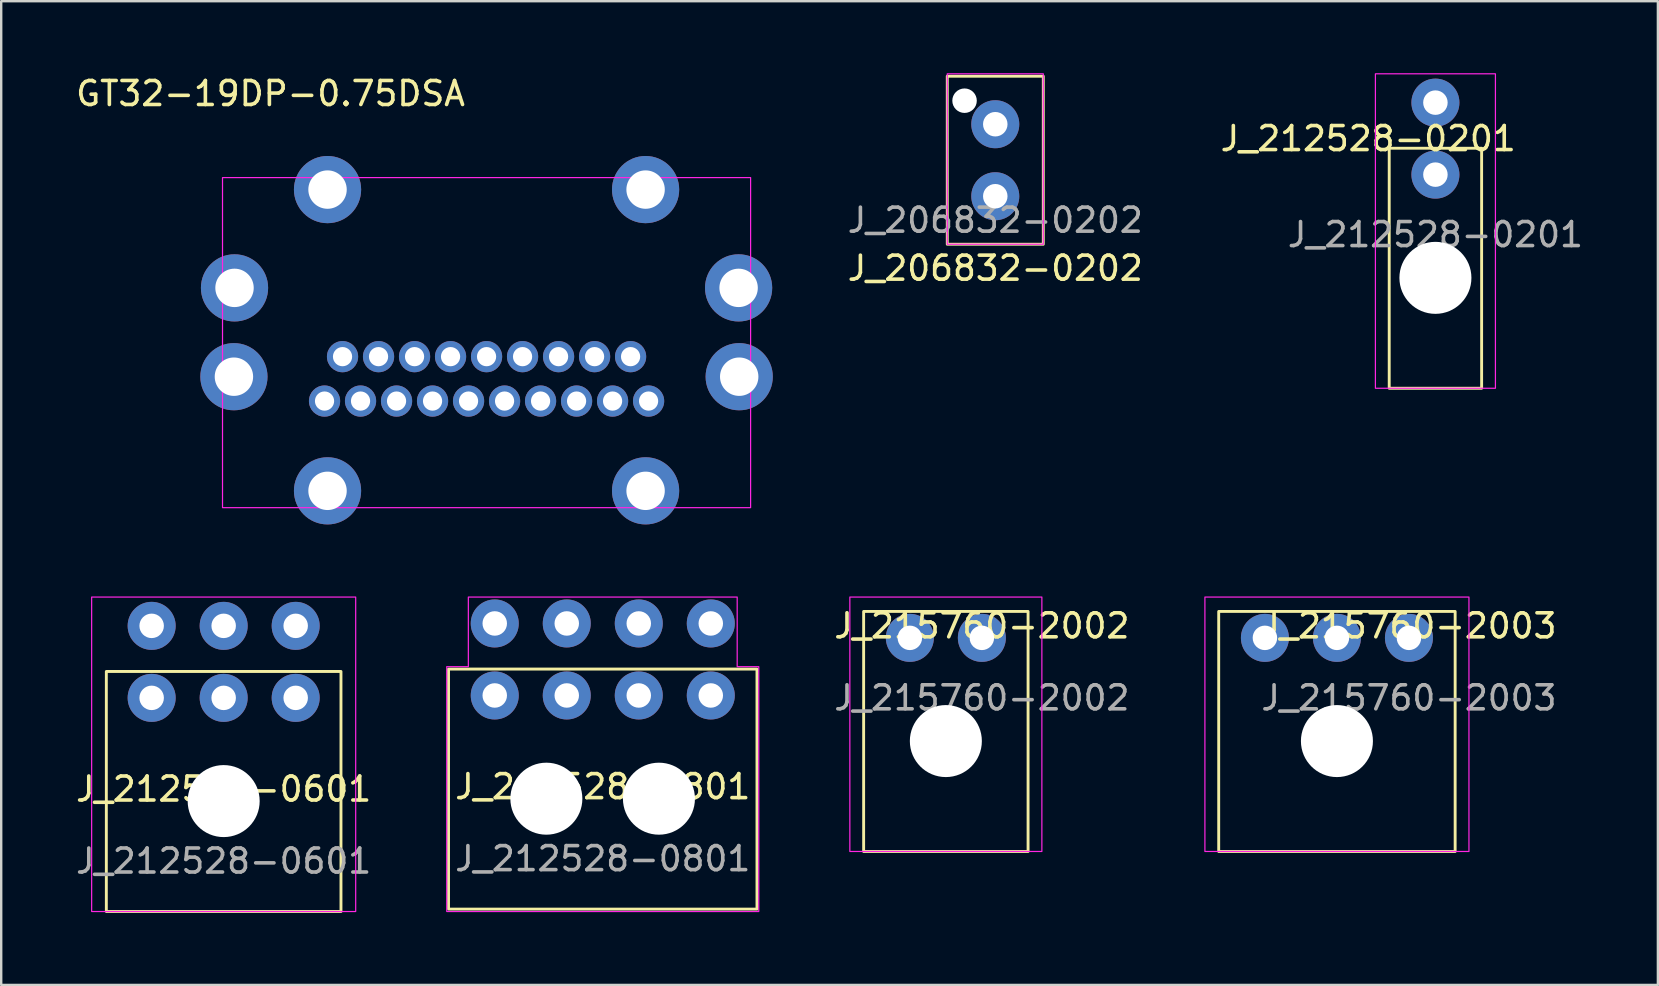
<source format=kicad_pcb>
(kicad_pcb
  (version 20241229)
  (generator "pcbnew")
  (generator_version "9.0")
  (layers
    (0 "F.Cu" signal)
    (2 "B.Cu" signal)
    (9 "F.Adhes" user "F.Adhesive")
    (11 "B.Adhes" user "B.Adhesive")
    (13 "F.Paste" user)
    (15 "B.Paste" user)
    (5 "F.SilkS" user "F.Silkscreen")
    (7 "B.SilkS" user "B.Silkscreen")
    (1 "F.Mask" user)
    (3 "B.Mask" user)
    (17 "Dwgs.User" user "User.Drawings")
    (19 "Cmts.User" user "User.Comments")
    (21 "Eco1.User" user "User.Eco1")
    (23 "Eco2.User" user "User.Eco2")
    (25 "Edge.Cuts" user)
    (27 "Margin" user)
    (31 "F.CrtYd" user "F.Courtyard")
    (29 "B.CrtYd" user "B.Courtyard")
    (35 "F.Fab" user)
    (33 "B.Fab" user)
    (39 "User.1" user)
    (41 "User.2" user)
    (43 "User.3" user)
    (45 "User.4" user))
  (footprint "J_212528-0201"
    (layer "F.Cu")
    (at 56.749 4.225)
    (property "Reference" "J_212528-0201" (at -2.8 -1.5 0) (unlocked yes) (layer "F.SilkS") (effects (font (size 1 1) (thickness 0.15))))
    (attr through_hole)
    (fp_rect (start -1.925 -1.1) (end 1.925 8.9) (stroke (width 0.12) (type default)) (fill no) (layer "F.SilkS"))
    (fp_rect (start -2.5 -4.2) (end 2.5 8.9) (stroke (width 0.05) (type default)) (fill no) (layer "F.CrtYd"))
    (fp_line (start 0 4.3) (end 0 8.9) (stroke (width 0.12) (type default)) (layer "User.9"))
    (fp_text user "${REFERENCE}" (at 0 2.5 0) (unlocked yes) (layer "F.Fab") (effects (font (size 1 1) (thickness 0.15))))
    (pad "" np_thru_hole circle (at 0 4.3) (size 3 3) (drill 3) (layers "*.Cu" "*.Mask"))
    (pad "1" thru_hole circle (at 0 0) (size 2 2) (drill 1.02) (layers "*.Cu" "*.Mask"))
    (pad "2" thru_hole circle (at 0 -3) (size 2 2) (drill 1.02) (layers "*.Cu" "*.Mask")))
  (footprint "J_215760-2003"
    (layer "F.Cu")
    (at 55.646 23.523)
    (property "Reference" "J_215760-2003" (at 0 -0.5 0) (unlocked yes) (layer "F.SilkS") (effects (font (size 1 1) (thickness 0.15))))
    (attr through_hole)
    (fp_rect (start -7.925 -1.1) (end 1.925 8.9) (stroke (width 0.12) (type default)) (fill no) (layer "F.SilkS"))
    (fp_rect (start -8.5 -1.7) (end 2.5 8.9) (stroke (width 0.05) (type default)) (fill no) (layer "F.CrtYd"))
    (fp_line (start -3 4.3) (end -3 8.9) (stroke (width 0.12) (type default)) (layer "User.9"))
    (fp_text user "${REFERENCE}" (at 0 2.5 0) (unlocked yes) (layer "F.Fab") (effects (font (size 1 1) (thickness 0.15))))
    (pad "" np_thru_hole circle (at -3 4.3) (size 3 3) (drill 3) (layers "*.Cu" "*.Mask"))
    (pad "1" thru_hole circle (at 0 0) (size 2 2) (drill 1.02) (layers "*.Cu" "*.Mask"))
    (pad "2" thru_hole circle (at -3 0) (size 2 2) (drill 1.02) (layers "*.Cu" "*.Mask"))
    (pad "3" thru_hole circle (at -6 0) (size 2 2) (drill 1.02) (layers "*.Cu" "*.Mask")))
  (footprint "J_215760-2002"
    (layer "F.Cu")
    (at 37.854 23.523)
    (property "Reference" "J_215760-2002" (at 0 -0.5 0) (unlocked yes) (layer "F.SilkS") (effects (font (size 1 1) (thickness 0.15))))
    (attr through_hole)
    (fp_rect (start -4.925 -1.1) (end 1.925 8.9) (stroke (width 0.12) (type default)) (fill no) (layer "F.SilkS"))
    (fp_rect (start -5.5 -1.7) (end 2.5 8.9) (stroke (width 0.05) (type default)) (fill no) (layer "F.CrtYd"))
    (fp_line (start -1.5 4.3) (end -1.5 8.9) (stroke (width 0.12) (type default)) (layer "User.9"))
    (fp_text user "${REFERENCE}" (at 0 2.5 0) (unlocked yes) (layer "F.Fab") (effects (font (size 1 1) (thickness 0.15))))
    (pad "" np_thru_hole circle (at -1.5 4.3) (size 3 3) (drill 3) (layers "*.Cu" "*.Mask"))
    (pad "1" thru_hole circle (at 0 0) (size 2 2) (drill 1.02) (layers "*.Cu" "*.Mask"))
    (pad "2" thru_hole circle (at -3 0) (size 2 2) (drill 1.02) (layers "*.Cu" "*.Mask")))
  (footprint "J_212528-0801"
    (layer "F.Cu")
    (at 22.061 30.223)
    (property "Reference" "J_212528-0801" (at 0 -0.5 0) (unlocked yes) (layer "F.SilkS") (effects (font (size 1 1) (thickness 0.15))))
    (attr through_hole)
    (fp_rect (start -6.425 -5.4) (end 6.425 4.6) (stroke (width 0.12) (type default)) (fill no) (layer "F.SilkS"))
    (fp_poly (pts (xy -6.5 4.7) (xy 6.5 4.7) (xy 6.5 -5.5) (xy 5.6 -5.5) (xy 5.6 -8.4) (xy -5.6 -8.4) (xy -5.6 -5.5) (xy -6.5 -5.5)) (stroke (width 0.05) (type solid)) (fill no) (layer "F.CrtYd"))
    (fp_line (start 0 0) (end 0 4.6) (stroke (width 0.12) (type default)) (layer "User.9"))
    (fp_text user "${REFERENCE}" (at 0 2.5 0) (unlocked yes) (layer "F.Fab") (effects (font (size 1 1) (thickness 0.15))))
    (pad "" np_thru_hole circle (at -2.35 0) (size 3 3) (drill 3) (layers "*.Cu" "*.Mask"))
    (pad "" np_thru_hole circle (at 2.34 0) (size 3 3) (drill 3) (layers "*.Cu" "*.Mask"))
    (pad "1" thru_hole circle (at -4.5 -7.3) (size 2 2) (drill 1.02) (layers "*.Cu" "*.Mask"))
    (pad "2" thru_hole circle (at -4.5 -4.3) (size 2 2) (drill 1.02) (layers "*.Cu" "*.Mask"))
    (pad "3" thru_hole circle (at -1.5 -7.3) (size 2 2) (drill 1.02) (layers "*.Cu" "*.Mask"))
    (pad "4" thru_hole circle (at -1.5 -4.3) (size 2 2) (drill 1.02) (layers "*.Cu" "*.Mask"))
    (pad "5" thru_hole circle (at 1.5 -7.3) (size 2 2) (drill 1.02) (layers "*.Cu" "*.Mask"))
    (pad "6" thru_hole circle (at 1.5 -4.3) (size 2 2) (drill 1.02) (layers "*.Cu" "*.Mask"))
    (pad "7" thru_hole circle (at 4.5 -7.3) (size 2 2) (drill 1.02) (layers "*.Cu" "*.Mask"))
    (pad "8" thru_hole circle (at 4.5 -4.3) (size 2 2) (drill 1.02) (layers "*.Cu" "*.Mask")))
  (footprint "J_212528-0601"
    (layer "F.Cu")
    (at 9.268 26.023)
    (property "Reference" "J_212528-0601" (at -3 3.8 0) (unlocked yes) (layer "F.SilkS") (effects (font (size 1 1) (thickness 0.15))))
    (attr through_hole)
    (fp_rect (start -7.888 -1.1) (end 1.887 8.9) (stroke (width 0.12) (type default)) (fill no) (layer "F.SilkS"))
    (fp_rect (start -8.5 -4.2) (end 2.5 8.9) (stroke (width 0.05) (type default)) (fill no) (layer "F.CrtYd"))
    (fp_line (start -3 4.3) (end -3 8.9) (stroke (width 0.12) (type default)) (layer "User.9"))
    (fp_text user "${REFERENCE}" (at -3 6.8 0) (unlocked yes) (layer "F.Fab") (effects (font (size 1 1) (thickness 0.15))))
    (pad "" np_thru_hole circle (at -3 4.3) (size 3 3) (drill 3) (layers "*.Cu" "*.Mask"))
    (pad "1" thru_hole circle (at 0 0) (size 2 2) (drill 1.02) (layers "*.Cu" "*.Mask"))
    (pad "2" thru_hole circle (at -3 0) (size 2 2) (drill 1.02) (layers "*.Cu" "*.Mask"))
    (pad "3" thru_hole circle (at -6 0) (size 2 2) (drill 1.02) (layers "*.Cu" "*.Mask"))
    (pad "4" thru_hole circle (at 0 -3) (size 2 2) (drill 1.02) (layers "*.Cu" "*.Mask"))
    (pad "5" thru_hole circle (at -3 -3) (size 2 2) (drill 1.02) (layers "*.Cu" "*.Mask"))
    (pad "6" thru_hole circle (at -6 -3) (size 2 2) (drill 1.02) (layers "*.Cu" "*.Mask")))
  (footprint "GT32-19DP-0.75DSA"
    (layer "F.Cu")
    (at 6.095 18.098)
    (property "Reference" "GT32-19DP-0.75DSA" (at 2.125 -17.25 180) (layer "F.SilkS") (effects (font (size 1 1) (thickness 0.15))))
    (attr through_hole)
    (fp_rect (start 0.125 0) (end 22.125 -13.75) (stroke (width 0.05) (type solid)) (fill no) (layer "F.CrtYd"))
    (pad "1" thru_hole circle (at 17.125 -6.29) (size 1.3 1.3) (drill 0.8) (layers "*.Cu" "*.Mask"))
    (pad "2" thru_hole circle (at 15.625 -6.29) (size 1.3 1.3) (drill 0.8) (layers "*.Cu" "*.Mask"))
    (pad "3" thru_hole circle (at 14.125 -6.29) (size 1.3 1.3) (drill 0.8) (layers "*.Cu" "*.Mask"))
    (pad "4" thru_hole circle (at 12.625 -6.29) (size 1.3 1.3) (drill 0.8) (layers "*.Cu" "*.Mask"))
    (pad "5" thru_hole circle (at 11.125 -6.29) (size 1.3 1.3) (drill 0.8) (layers "*.Cu" "*.Mask"))
    (pad "6" thru_hole circle (at 9.625 -6.29) (size 1.3 1.3) (drill 0.8) (layers "*.Cu" "*.Mask"))
    (pad "7" thru_hole circle (at 8.125 -6.29) (size 1.3 1.3) (drill 0.8) (layers "*.Cu" "*.Mask"))
    (pad "8" thru_hole circle (at 6.625 -6.29) (size 1.3 1.3) (drill 0.8) (layers "*.Cu" "*.Mask"))
    (pad "9" thru_hole circle (at 5.125 -6.29) (size 1.3 1.3) (drill 0.8) (layers "*.Cu" "*.Mask"))
    (pad "10" thru_hole circle (at 17.875 -4.44) (size 1.3 1.3) (drill 0.8) (layers "*.Cu" "*.Mask"))
    (pad "11" thru_hole circle (at 16.375 -4.44) (size 1.3 1.3) (drill 0.8) (layers "*.Cu" "*.Mask"))
    (pad "12" thru_hole circle (at 14.875 -4.44) (size 1.3 1.3) (drill 0.8) (layers "*.Cu" "*.Mask"))
    (pad "13" thru_hole circle (at 13.375 -4.44) (size 1.3 1.3) (drill 0.8) (layers "*.Cu" "*.Mask"))
    (pad "14" thru_hole circle (at 11.875 -4.44) (size 1.3 1.3) (drill 0.8) (layers "*.Cu" "*.Mask"))
    (pad "15" thru_hole circle (at 10.375 -4.44) (size 1.3 1.3) (drill 0.8) (layers "*.Cu" "*.Mask"))
    (pad "16" thru_hole circle (at 8.875 -4.44) (size 1.3 1.3) (drill 0.8) (layers "*.Cu" "*.Mask"))
    (pad "17" thru_hole circle (at 7.375 -4.44) (size 1.3 1.3) (drill 0.8) (layers "*.Cu" "*.Mask"))
    (pad "18" thru_hole circle (at 5.875 -4.44) (size 1.3 1.3) (drill 0.8) (layers "*.Cu" "*.Mask"))
    (pad "19" thru_hole circle (at 4.375 -4.44) (size 1.3 1.3) (drill 0.8) (layers "*.Cu" "*.Mask"))
    (pad "SH" thru_hole circle (at 0.6 -5.455) (size 2.8 2.8) (drill 1.6) (layers "*.Cu" "*.Mask"))
    (pad "SH" thru_hole circle (at 0.625 -9.155) (size 2.8 2.8) (drill 1.6) (layers "*.Cu" "*.Mask"))
    (pad "SH" thru_hole circle (at 4.5 -13.25) (size 2.8 2.8) (drill 1.6) (layers "*.Cu" "*.Mask"))
    (pad "SH" thru_hole circle (at 4.5 -0.7) (size 2.8 2.8) (drill 1.6) (layers "*.Cu" "*.Mask"))
    (pad "SH" thru_hole circle (at 17.75 -13.25) (size 2.8 2.8) (drill 1.6) (layers "*.Cu" "*.Mask"))
    (pad "SH" thru_hole circle (at 17.75 -0.7) (size 2.8 2.8) (drill 1.6) (layers "*.Cu" "*.Mask"))
    (pad "SH" thru_hole circle (at 21.625 -9.155) (size 2.8 2.8) (drill 1.6) (layers "*.Cu" "*.Mask"))
    (pad "SH" thru_hole circle (at 21.65 -5.455) (size 2.8 2.8) (drill 1.6) (layers "*.Cu" "*.Mask")))
  (footprint "J_206832-0202"
    (layer "F.Cu")
    (at 38.413 3.625)
    (property "Reference" "J_206832-0202" (at 0 4.5 0) (unlocked yes) (layer "F.SilkS") (effects (font (size 1 1) (thickness 0.15))))
    (attr through_hole)
    (fp_rect (start -2 -3.5) (end 2 3.5) (stroke (width 0.12) (type default)) (fill no) (layer "F.SilkS"))
    (fp_rect (start -2 -3.6) (end 2 3.5) (stroke (width 0.05) (type default)) (fill no) (layer "F.CrtYd"))
    (fp_text user "${REFERENCE}" (at 0 2.5 0) (unlocked yes) (layer "F.Fab") (effects (font (size 1 1) (thickness 0.15))))
    (pad "" np_thru_hole circle (at -1.28 -2.48) (size 1.02 1.02) (drill 1.02) (layers "*.Cu" "*.Mask"))
    (pad "1" thru_hole circle (at 0 1.5) (size 2 2) (drill 1.02) (layers "*.Cu" "*.Mask"))
    (pad "2" thru_hole circle (at 0 -1.5) (size 2 2) (drill 1.02) (layers "*.Cu" "*.Mask")))
  (gr_rect
    (start -3 -3)
    (end 66.017 37.983)
    (stroke (width 0.1) (type default))
    (fill no)
    (layer "Edge.Cuts")))
</source>
